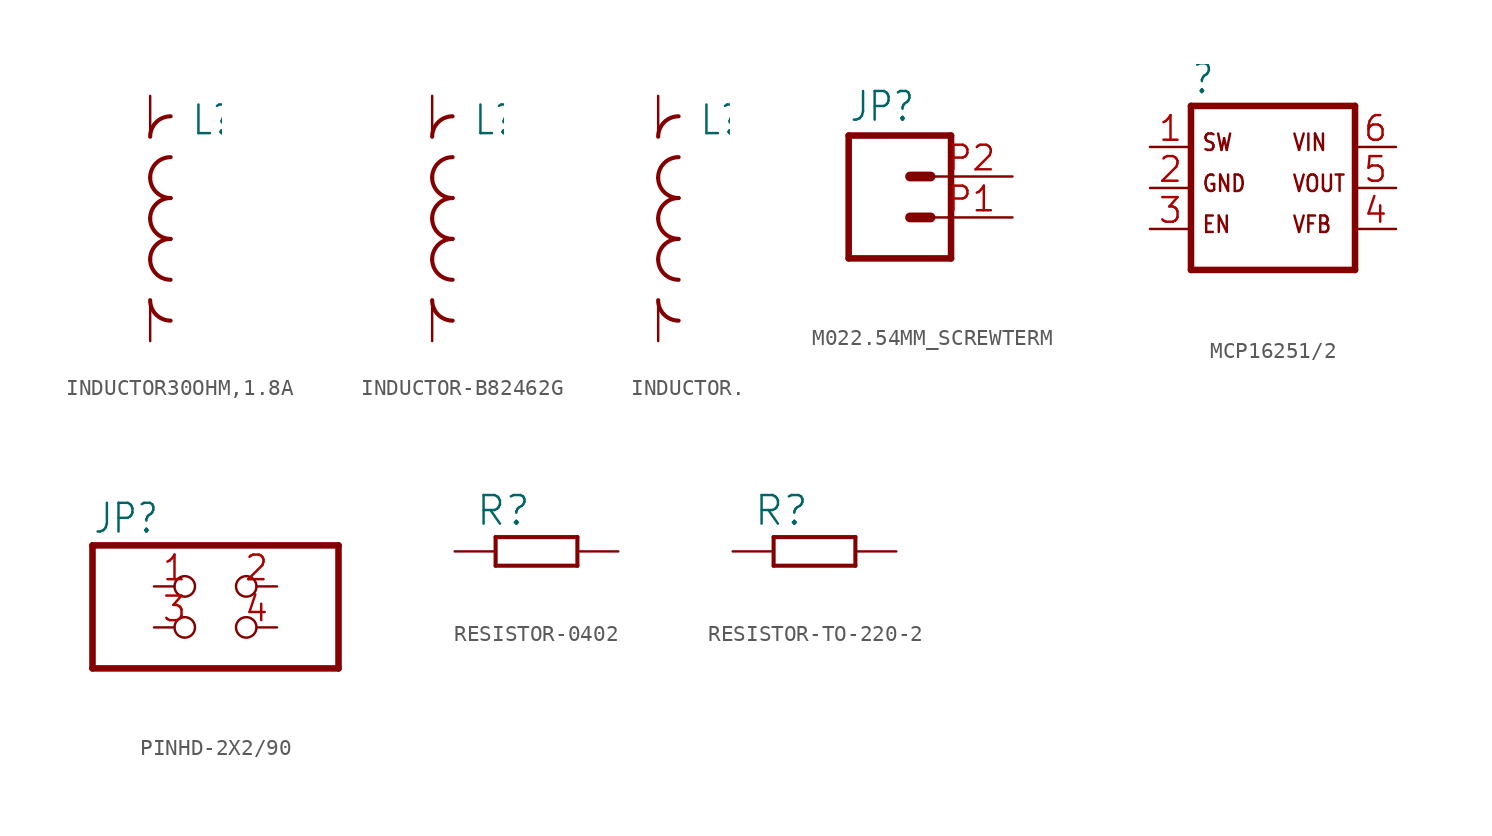
<source format=kicad_sym>
(kicad_symbol_lib
  (version 20241209)
  (generator "kicad_symbol_editor")
  (generator_version "9.0")
  (symbol "INDUCTOR30OHM,1.8A"
    (property "Reference" "L"
      (at 2.54 5.08 0)
      (effects (font (size 1.778 1.511)) (justify left bottom)))
    (property "Value" ""
      (at 2.54 -5.08 0)
      (effects (font (size 1.778 1.511)) (justify left bottom)))
    (property "ki_locked" ""
      (at 0 0 0)
      (effects (font (size 1.27 1.27))))
    (symbol "INDUCTOR30OHM,1.8A_1_0"
      (arc (start 0 5.08) (mid 0.372 5.978) (end 1.27 6.35) (stroke (width 0.254) (type solid)) (fill (type none)))
      (arc (start 0 2.54) (mid 0.372 3.438) (end 1.27 3.81) (stroke (width 0.254) (type solid)) (fill (type none)))
      (arc (start 1.27 1.27) (mid 0.372 1.642) (end 0 2.54) (stroke (width 0.254) (type solid)) (fill (type none)))
      (arc (start 0 0) (mid 0.372 0.898) (end 1.27 1.27) (stroke (width 0.254) (type solid)) (fill (type none)))
      (arc (start 1.27 -1.27) (mid 0.372 -0.898) (end 0 0) (stroke (width 0.254) (type solid)) (fill (type none)))
      (arc (start 0 -2.54) (mid 0.372 -1.642) (end 1.27 -1.27) (stroke (width 0.254) (type solid)) (fill (type none)))
      (arc (start 1.27 -3.81) (mid 0.372 -3.438) (end 0 -2.54) (stroke (width 0.254) (type solid)) (fill (type none)))
      (arc (start 1.27 -6.35) (mid 0.372 -5.978) (end 0 -5.08) (stroke (width 0.254) (type solid)) (fill (type none)))
      (pin passive line (at 0 7.62 270) (length 2.54) (name "1" (effects (font (size 0 0)))) (number "1" (effects (font (size 0 0)))))
      (pin passive line (at 0 -7.62 90) (length 2.54) (name "2" (effects (font (size 0 0)))) (number "2" (effects (font (size 0 0)))))))
  (symbol "INDUCTOR-B82462G"
    (property "Reference" "L"
      (at 2.54 5.08 0)
      (effects (font (size 1.778 1.511)) (justify left bottom)))
    (property "Value" ""
      (at 2.54 -5.08 0)
      (effects (font (size 1.778 1.511)) (justify left bottom)))
    (property "ki_locked" ""
      (at 0 0 0)
      (effects (font (size 1.27 1.27))))
    (symbol "INDUCTOR-B82462G_1_0"
      (arc (start 0 5.08) (mid 0.372 5.978) (end 1.27 6.35) (stroke (width 0.254) (type solid)) (fill (type none)))
      (arc (start 0 2.54) (mid 0.372 3.438) (end 1.27 3.81) (stroke (width 0.254) (type solid)) (fill (type none)))
      (arc (start 1.27 1.27) (mid 0.372 1.642) (end 0 2.54) (stroke (width 0.254) (type solid)) (fill (type none)))
      (arc (start 0 0) (mid 0.372 0.898) (end 1.27 1.27) (stroke (width 0.254) (type solid)) (fill (type none)))
      (arc (start 1.27 -1.27) (mid 0.372 -0.898) (end 0 0) (stroke (width 0.254) (type solid)) (fill (type none)))
      (arc (start 0 -2.54) (mid 0.372 -1.642) (end 1.27 -1.27) (stroke (width 0.254) (type solid)) (fill (type none)))
      (arc (start 1.27 -3.81) (mid 0.372 -3.438) (end 0 -2.54) (stroke (width 0.254) (type solid)) (fill (type none)))
      (arc (start 1.27 -6.35) (mid 0.372 -5.978) (end 0 -5.08) (stroke (width 0.254) (type solid)) (fill (type none)))
      (pin passive line (at 0 7.62 270) (length 2.54) (name "1" (effects (font (size 0 0)))) (number "P$1" (effects (font (size 0 0)))))
      (pin passive line (at 0 -7.62 90) (length 2.54) (name "2" (effects (font (size 0 0)))) (number "P$2" (effects (font (size 0 0)))))))
  (symbol "INDUCTOR."
    (property "Reference" "L"
      (at 2.54 5.08 0)
      (effects (font (size 1.778 1.511)) (justify left bottom)))
    (property "Value" ""
      (at 2.54 -5.08 0)
      (effects (font (size 1.778 1.511)) (justify left bottom)))
    (property "ki_locked" ""
      (at 0 0 0)
      (effects (font (size 1.27 1.27))))
    (symbol "INDUCTOR._1_0"
      (arc (start 0 5.08) (mid 0.372 5.978) (end 1.27 6.35) (stroke (width 0.254) (type solid)) (fill (type none)))
      (arc (start 0 2.54) (mid 0.372 3.438) (end 1.27 3.81) (stroke (width 0.254) (type solid)) (fill (type none)))
      (arc (start 1.27 1.27) (mid 0.372 1.642) (end 0 2.54) (stroke (width 0.254) (type solid)) (fill (type none)))
      (arc (start 0 0) (mid 0.372 0.898) (end 1.27 1.27) (stroke (width 0.254) (type solid)) (fill (type none)))
      (arc (start 1.27 -1.27) (mid 0.372 -0.898) (end 0 0) (stroke (width 0.254) (type solid)) (fill (type none)))
      (arc (start 0 -2.54) (mid 0.372 -1.642) (end 1.27 -1.27) (stroke (width 0.254) (type solid)) (fill (type none)))
      (arc (start 1.27 -3.81) (mid 0.372 -3.438) (end 0 -2.54) (stroke (width 0.254) (type solid)) (fill (type none)))
      (arc (start 1.27 -6.35) (mid 0.372 -5.978) (end 0 -5.08) (stroke (width 0.254) (type solid)) (fill (type none)))
      (pin passive line (at 0 7.62 270) (length 2.54) (name "1" (effects (font (size 0 0)))) (number "P$1" (effects (font (size 0 0)))))
      (pin passive line (at 0 -7.62 90) (length 2.54) (name "2" (effects (font (size 0 0)))) (number "P$2" (effects (font (size 0 0)))))))
  (symbol "M022.54MM_SCREWTERM"
    (property "Reference" "JP"
      (at -2.54 5.842 0)
      (effects (font (size 1.778 1.511)) (justify left bottom)))
    (property "Value" ""
      (at -2.54 -5.08 0)
      (effects (font (size 1.778 1.511)) (justify left bottom)))
    (property "ki_locked" ""
      (at 0 0 0)
      (effects (font (size 1.27 1.27))))
    (symbol "M022.54MM_SCREWTERM_1_0"
      (polyline (pts (xy -2.54 5.08) (xy -2.54 -2.54)) (stroke (width 0.406) (type solid)) (fill (type none)))
      (polyline (pts (xy -2.54 5.08) (xy 3.81 5.08)) (stroke (width 0.406) (type solid)) (fill (type none)))
      (polyline (pts (xy 1.27 2.54) (xy 2.54 2.54)) (stroke (width 0.61) (type solid)) (fill (type none)))
      (polyline (pts (xy 1.27 0) (xy 2.54 0)) (stroke (width 0.61) (type solid)) (fill (type none)))
      (polyline (pts (xy 3.81 -2.54) (xy -2.54 -2.54)) (stroke (width 0.406) (type solid)) (fill (type none)))
      (polyline (pts (xy 3.81 -2.54) (xy 3.81 5.08)) (stroke (width 0.406) (type solid)) (fill (type none)))
      (pin passive line (at 7.62 2.54 180) (length 5.08) (name "2" (effects (font (size 0 0)))) (number "P2" (effects (font (size 1.524 1.524)))))
      (pin passive line (at 7.62 0 180) (length 5.08) (name "1" (effects (font (size 0 0)))) (number "P1" (effects (font (size 1.524 1.524)))))))
  (symbol "MCP16251/2"
    (property "Reference" ""
      (at -5.08 5.715 0)
      (effects (font (size 1.778 1.511)) (justify left bottom)))
    (property "Value" ""
      (at -5.08 -7.62 0)
      (effects (font (size 1.778 1.511)) (justify left bottom)))
    (property "ki_locked" ""
      (at 0 0 0)
      (effects (font (size 1.27 1.27))))
    (symbol "MCP16251/2_1_0"
      (polyline (pts (xy -5.08 5.08) (xy -5.08 -5.08)) (stroke (width 0.406) (type solid)) (fill (type none)))
      (polyline (pts (xy -5.08 5.08) (xy 5.08 5.08)) (stroke (width 0.406) (type solid)) (fill (type none)))
      (polyline (pts (xy -5.08 -5.08) (xy 5.08 -5.08)) (stroke (width 0.406) (type solid)) (fill (type none)))
      (polyline (pts (xy 5.08 -5.08) (xy 5.08 5.08)) (stroke (width 0.406) (type solid)) (fill (type none)))
      (text "SW" (at -4.445 2.223 0) (effects (font (size 1.016 0.864)) (justify left bottom)))
      (text "GND" (at -4.445 -0.318 0) (effects (font (size 1.016 0.864)) (justify left bottom)))
      (text "EN" (at -4.445 -2.857 0) (effects (font (size 1.016 0.864)) (justify left bottom)))
      (text "VIN" (at 1.143 2.223 0) (effects (font (size 1.016 0.864)) (justify left bottom)))
      (text "VOUT" (at 1.143 -0.318 0) (effects (font (size 1.016 0.864)) (justify left bottom)))
      (text "VFB" (at 1.143 -2.857 0) (effects (font (size 1.016 0.864)) (justify left bottom)))
      (pin passive line (at -7.62 2.54 0) (length 2.54) (name "SW" (effects (font (size 0 0)))) (number "1" (effects (font (size 1.524 1.524)))))
      (pin passive line (at -7.62 0 0) (length 2.54) (name "GND" (effects (font (size 0 0)))) (number "2" (effects (font (size 1.524 1.524)))))
      (pin passive line (at -7.62 -2.54 0) (length 2.54) (name "EN" (effects (font (size 0 0)))) (number "3" (effects (font (size 1.524 1.524)))))
      (pin passive line (at 7.62 2.54 180) (length 2.54) (name "VIN" (effects (font (size 0 0)))) (number "6" (effects (font (size 1.524 1.524)))))
      (pin passive line (at 7.62 0 180) (length 2.54) (name "VOUT" (effects (font (size 0 0)))) (number "5" (effects (font (size 1.524 1.524)))))
      (pin passive line (at 7.62 -2.54 180) (length 2.54) (name "VFB" (effects (font (size 0 0)))) (number "4" (effects (font (size 1.524 1.524)))))))
  (symbol "PINHD-2X2/90"
    (property "Reference" "JP"
      (at -8.89 5.715 0)
      (effects (font (size 1.778 1.511)) (justify left bottom)))
    (property "Value" ""
      (at -8.89 -5.08 0)
      (effects (font (size 1.778 1.511)) (justify left bottom)))
    (property "ki_locked" ""
      (at 0 0 0)
      (effects (font (size 1.27 1.27))))
    (symbol "PINHD-2X2/90_1_0"
      (polyline (pts (xy -8.89 5.08) (xy -8.89 -2.54)) (stroke (width 0.406) (type solid)) (fill (type none)))
      (polyline (pts (xy -8.89 -2.54) (xy 6.35 -2.54)) (stroke (width 0.406) (type solid)) (fill (type none)))
      (polyline (pts (xy 6.35 5.08) (xy -8.89 5.08)) (stroke (width 0.406) (type solid)) (fill (type none)))
      (polyline (pts (xy 6.35 -2.54) (xy 6.35 5.08)) (stroke (width 0.406) (type solid)) (fill (type none)))
      (pin passive inverted (at -5.08 2.54 0) (length 2.54) (name "1" (effects (font (size 0 0)))) (number "1" (effects (font (size 1.524 1.524)))))
      (pin passive inverted (at -5.08 0 0) (length 2.54) (name "3" (effects (font (size 0 0)))) (number "3" (effects (font (size 1.524 1.524)))))
      (pin passive inverted (at 2.54 2.54 180) (length 2.54) (name "2" (effects (font (size 0 0)))) (number "2" (effects (font (size 1.524 1.524)))))
      (pin passive inverted (at 2.54 0 180) (length 2.54) (name "4" (effects (font (size 0 0)))) (number "4" (effects (font (size 1.524 1.524)))))))
  (symbol "RESISTOR-0402"
    (property "Reference" "R"
      (at -3.81 1.499 0)
      (effects (font (size 1.778 1.778)) (justify left bottom)))
    (property "Value" ""
      (at -3.81 -3.302 0)
      (effects (font (size 1.778 1.778)) (justify left bottom)))
    (property "ki_locked" ""
      (at 0 0 0)
      (effects (font (size 1.27 1.27))))
    (symbol "RESISTOR-0402_1_0"
      (polyline (pts (xy -2.54 -0.889) (xy -2.54 0.889)) (stroke (width 0.254) (type solid)) (fill (type none)))
      (polyline (pts (xy -2.54 -0.889) (xy 2.54 -0.889)) (stroke (width 0.254) (type solid)) (fill (type none)))
      (polyline (pts (xy 2.54 0.889) (xy -2.54 0.889)) (stroke (width 0.254) (type solid)) (fill (type none)))
      (polyline (pts (xy 2.54 -0.889) (xy 2.54 0.889)) (stroke (width 0.254) (type solid)) (fill (type none)))
      (pin passive line (at -5.08 0 0) (length 2.54) (name "1" (effects (font (size 0 0)))) (number "1" (effects (font (size 0 0)))))
      (pin passive line (at 5.08 0 180) (length 2.54) (name "2" (effects (font (size 0 0)))) (number "2" (effects (font (size 0 0)))))))
  (symbol "RESISTOR-TO-220-2"
    (property "Reference" "R"
      (at -3.81 1.499 0)
      (effects (font (size 1.778 1.778)) (justify left bottom)))
    (property "Value" ""
      (at -3.81 -3.302 0)
      (effects (font (size 1.778 1.778)) (justify left bottom)))
    (property "ki_locked" ""
      (at 0 0 0)
      (effects (font (size 1.27 1.27))))
    (symbol "RESISTOR-TO-220-2_1_0"
      (polyline (pts (xy -2.54 -0.889) (xy -2.54 0.889)) (stroke (width 0.254) (type solid)) (fill (type none)))
      (polyline (pts (xy -2.54 -0.889) (xy 2.54 -0.889)) (stroke (width 0.254) (type solid)) (fill (type none)))
      (polyline (pts (xy 2.54 0.889) (xy -2.54 0.889)) (stroke (width 0.254) (type solid)) (fill (type none)))
      (polyline (pts (xy 2.54 -0.889) (xy 2.54 0.889)) (stroke (width 0.254) (type solid)) (fill (type none)))
      (pin passive line (at -5.08 0 0) (length 2.54) (name "1" (effects (font (size 0 0)))) (number "1" (effects (font (size 0 0)))))
      (pin passive line (at 5.08 0 180) (length 2.54) (name "2" (effects (font (size 0 0)))) (number "2" (effects (font (size 0 0))))))))
</source>
